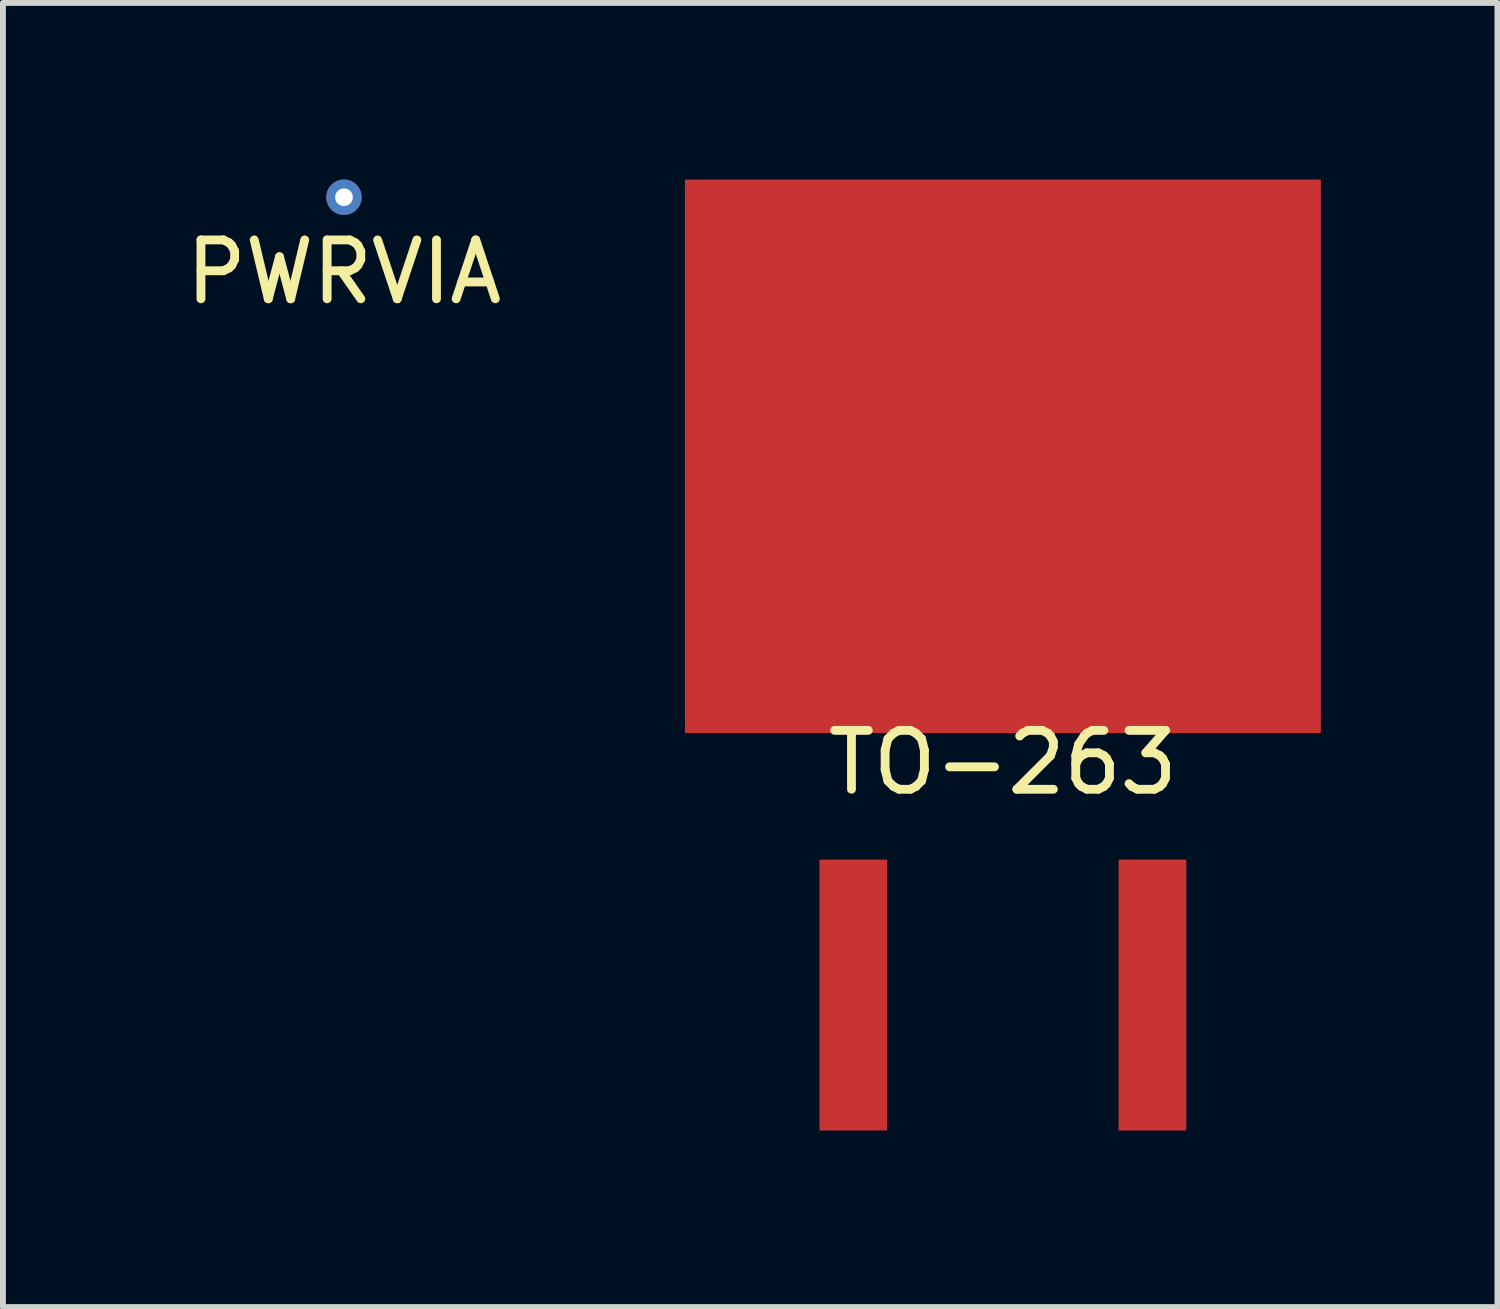
<source format=kicad_pcb>
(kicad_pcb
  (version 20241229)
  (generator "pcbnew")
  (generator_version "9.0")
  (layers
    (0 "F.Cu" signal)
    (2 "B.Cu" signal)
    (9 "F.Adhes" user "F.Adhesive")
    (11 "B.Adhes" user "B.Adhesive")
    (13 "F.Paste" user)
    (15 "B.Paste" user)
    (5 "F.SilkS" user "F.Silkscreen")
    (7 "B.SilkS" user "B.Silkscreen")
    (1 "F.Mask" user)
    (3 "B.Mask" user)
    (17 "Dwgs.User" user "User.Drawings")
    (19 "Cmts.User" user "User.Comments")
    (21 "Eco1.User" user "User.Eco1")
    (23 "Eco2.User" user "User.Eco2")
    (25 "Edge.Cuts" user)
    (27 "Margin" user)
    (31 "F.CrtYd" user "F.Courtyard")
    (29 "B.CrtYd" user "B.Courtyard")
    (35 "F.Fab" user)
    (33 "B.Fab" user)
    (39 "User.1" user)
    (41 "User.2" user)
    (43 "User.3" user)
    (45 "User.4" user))
  (footprint "PWRVIA"
    (layer "F.Cu")
    (at 2.792 0.3)
    (property "Reference" "PWRVIA" (at 0 1.27 0) (layer "F.SilkS") (effects (font (size 1 1) (thickness 0.15))))
    (attr through_hole)
    (pad "1" thru_hole circle (at 0 0) (size 0.6 0.6) (drill oval 0.3) (layers "*.Cu")))
  (footprint "TO-263"
    (layer "F.Cu")
    (at 13.983 9.4)
    (property "Reference" "TO-263" (at 0 0.5 0) (layer "F.SilkS") (effects (font (size 1 1) (thickness 0.15))))
    (attr through_hole)
    (pad "1" smd rect (at -2.54 4.45) (size 1.15 4.6) (layers "F.Cu" "F.Mask" "F.Paste"))
    (pad "2" smd rect (at 0 -4.7) (size 10.8 9.4) (layers "F.Cu" "F.Mask" "F.Paste"))
    (pad "3" smd rect (at 2.54 4.45) (size 1.15 4.6) (layers "F.Cu" "F.Mask" "F.Paste")))
  (gr_rect
    (start -3 -3)
    (end 22.383 19.15)
    (stroke (width 0.1) (type default))
    (fill no)
    (layer "Edge.Cuts")))
</source>
